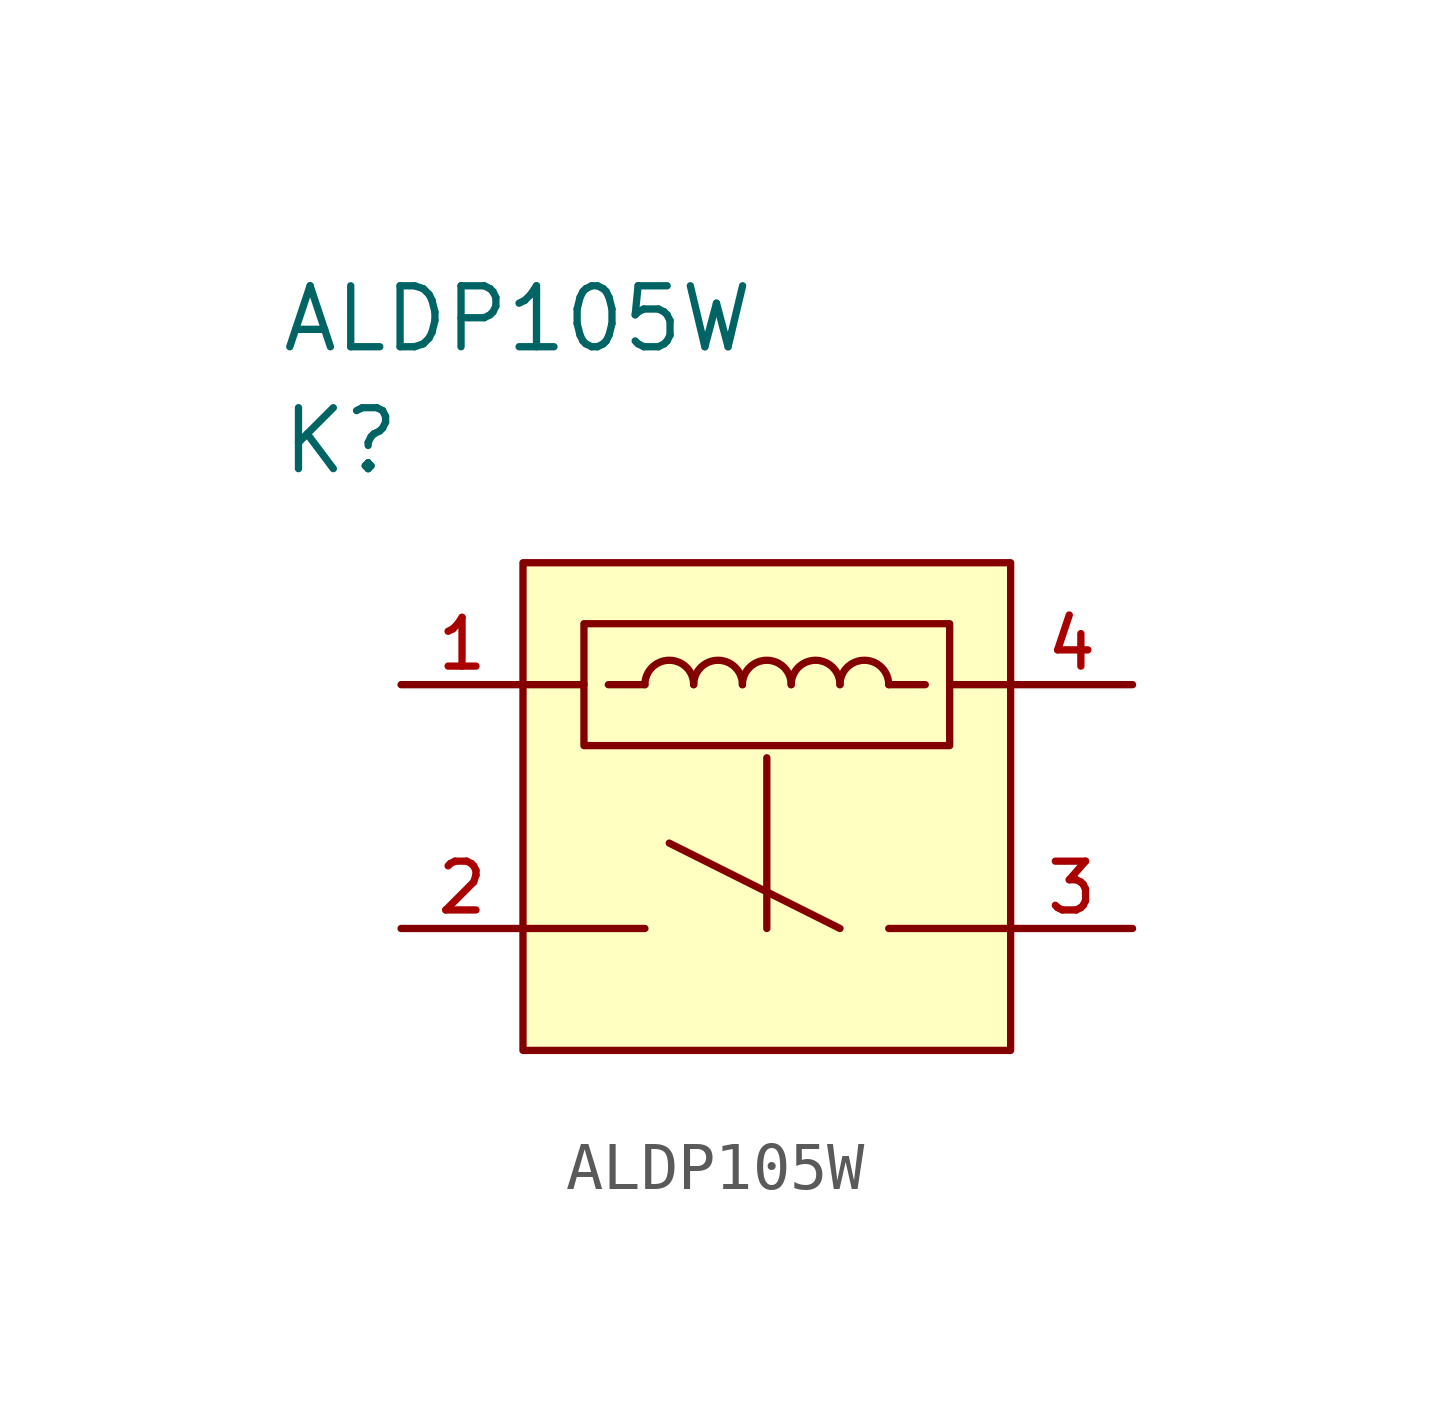
<source format=kicad_sym>
(kicad_symbol_lib
  (version 20201005)
  (generator kicad_symbol_editor)
  (symbol "reptile-monitor-power:ALDP105W"
    (pin_names
      (offset 1.016))
    (property "Reference" "K"
      (at 0 5.08 0)
      (effects (font (size 1.27 1.27)) (justify left)))
    (property "Value" "ALDP105W"
      (at 0 7.62 0)
      (effects (font (size 1.27 1.27)) (justify left)))
    (symbol "ALDP105W_1_1"
      (arc (start 8.636 -5.08) (end 8.636 -5.08) (radius (at 8.128 -5.08) (length 0.508) (angles 0 0)) (stroke (width 0)) (fill (type none)))
      (arc (start 8.636 0) (end 7.62 0) (radius (at 8.128 0) (length 0.508) (angles 0 179.9)) (stroke (width 0)) (fill (type none)))
      (arc (start 9.652 0) (end 8.636 0) (radius (at 9.144 0) (length 0.508) (angles 0 179.9)) (stroke (width 0)) (fill (type none)))
      (arc (start 10.668 0) (end 9.652 0) (radius (at 10.16 0) (length 0.508) (angles 0 179.9)) (stroke (width 0)) (fill (type none)))
      (arc (start 11.684 0) (end 10.668 0) (radius (at 11.176 0) (length 0.508) (angles 0 179.9)) (stroke (width 0)) (fill (type none)))
      (arc (start 12.7 -5.08) (end 12.7 -5.08) (radius (at 12.192 -5.08) (length 0.508) (angles 0 0)) (stroke (width 0)) (fill (type none)))
      (arc (start 12.7 0) (end 11.684 0) (radius (at 12.192 0) (length 0.508) (angles 0 179.9)) (stroke (width 0)) (fill (type none)))
      (rectangle (start 5.08 2.54) (end 15.24 -7.62) (stroke (width 0)) (fill (type background)))
      (rectangle (start 6.35 1.27) (end 13.97 -1.27) (stroke (width 0)) (fill (type background)))
      (polyline (pts (xy 5.08 0) (xy 6.35 0)) (stroke (width 0)) (fill (type none)))
      (polyline (pts (xy 6.858 0) (xy 7.62 0)) (stroke (width 0)) (fill (type none)))
      (polyline (pts (xy 7.62 -5.08) (xy 5.08 -5.08)) (stroke (width 0)) (fill (type none)))
      (polyline (pts (xy 8.128 -3.302) (xy 11.684 -5.08)) (stroke (width 0)) (fill (type none)))
      (polyline (pts (xy 10.16 -1.524) (xy 10.16 -5.08)) (stroke (width 0)) (fill (type none)))
      (polyline (pts (xy 12.7 -5.08) (xy 15.24 -5.08)) (stroke (width 0)) (fill (type none)))
      (polyline (pts (xy 12.7 0) (xy 13.462 0)) (stroke (width 0)) (fill (type none)))
      (polyline (pts (xy 13.97 0) (xy 15.24 0)) (stroke (width 0)) (fill (type none)))
      (pin passive line (at 2.54 0 0) (length 2.54) (name "1" (effects (font (size 0 0)))) (number "1" (effects (font (size 1.016 1.016)))))
      (pin passive line (at 2.54 -5.08 0) (length 2.54) (name "NO" (effects (font (size 0 0)))) (number "2" (effects (font (size 1.016 1.016)))))
      (pin passive line (at 17.78 -5.08 180) (length 2.54) (name "COM" (effects (font (size 0 0)))) (number "3" (effects (font (size 1.016 1.016)))))
      (pin passive line (at 17.78 0 180) (length 2.54) (name "4" (effects (font (size 0 0)))) (number "4" (effects (font (size 1.016 1.016))))))))
</source>
